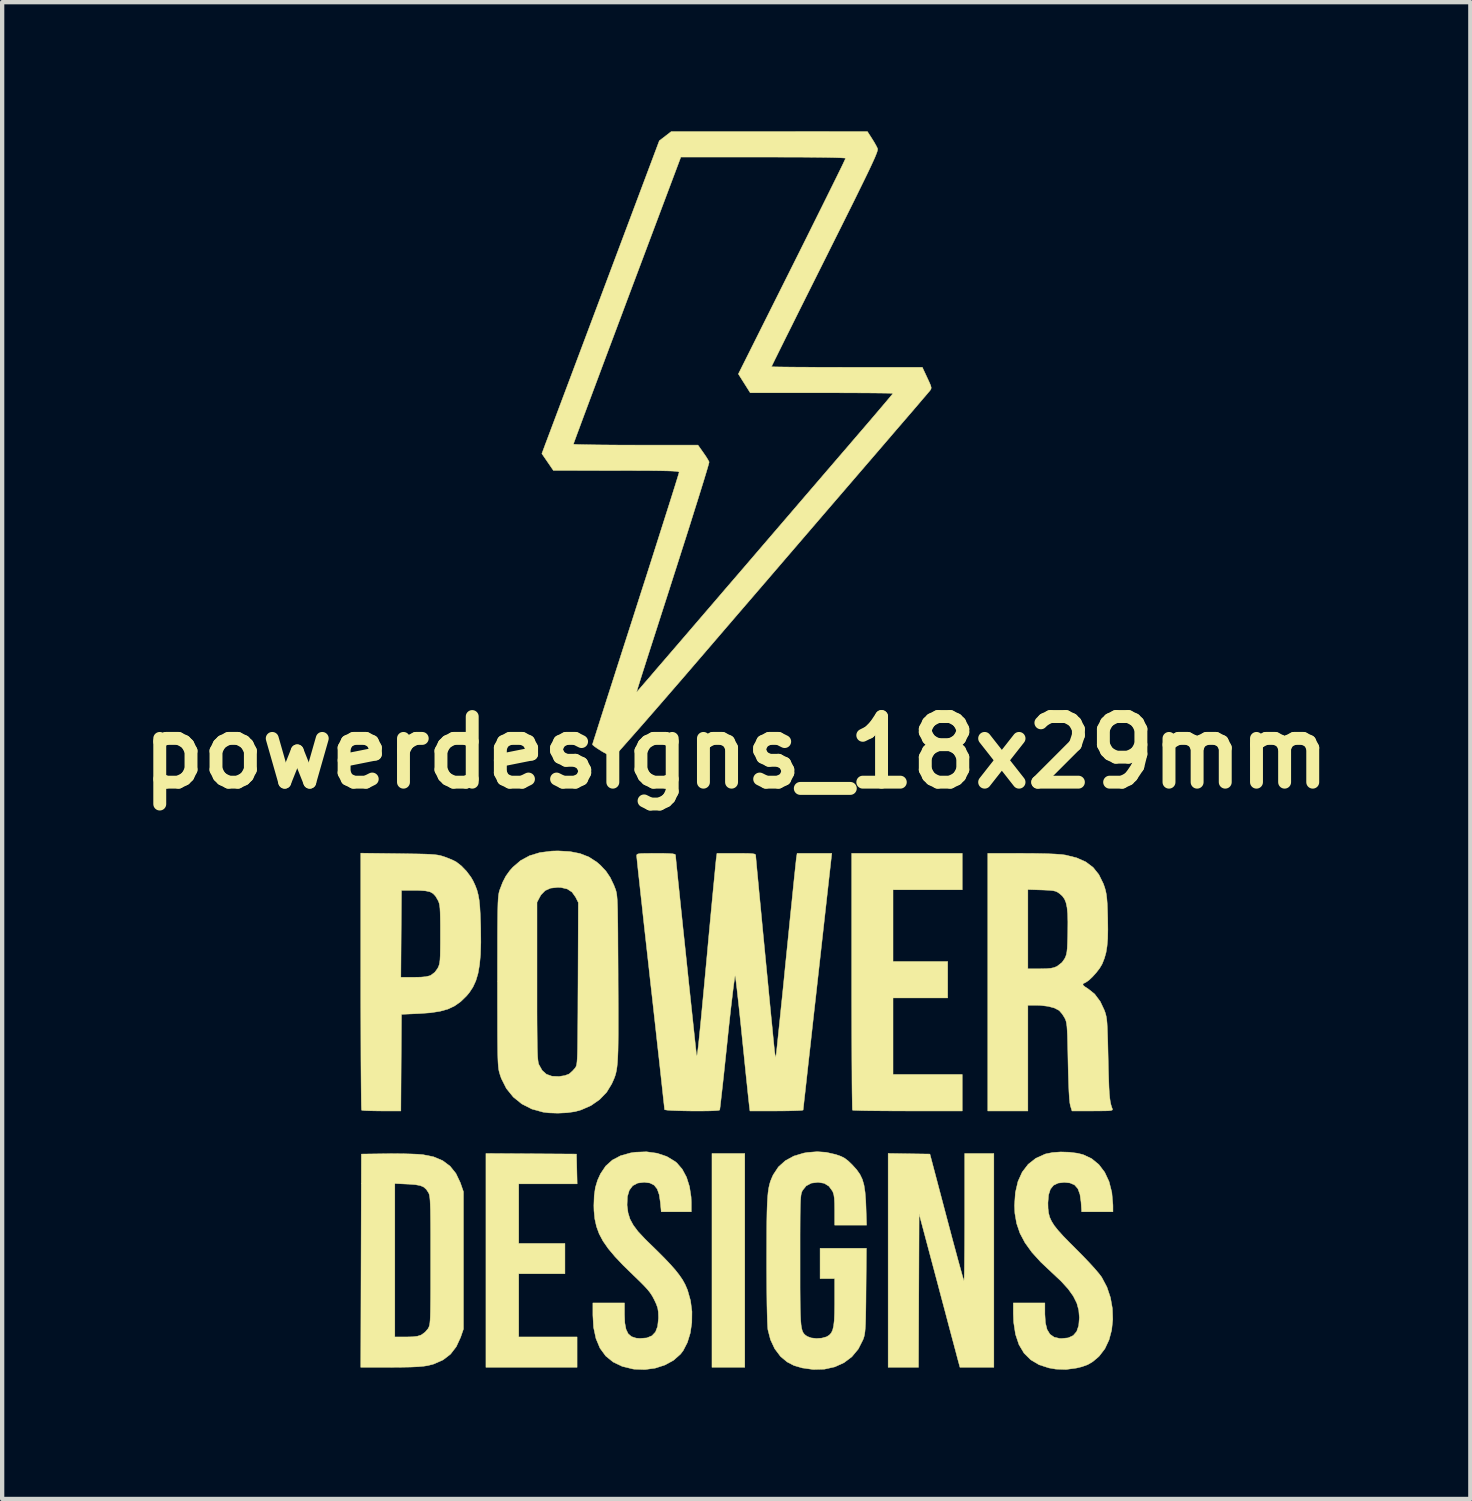
<source format=kicad_pcb>
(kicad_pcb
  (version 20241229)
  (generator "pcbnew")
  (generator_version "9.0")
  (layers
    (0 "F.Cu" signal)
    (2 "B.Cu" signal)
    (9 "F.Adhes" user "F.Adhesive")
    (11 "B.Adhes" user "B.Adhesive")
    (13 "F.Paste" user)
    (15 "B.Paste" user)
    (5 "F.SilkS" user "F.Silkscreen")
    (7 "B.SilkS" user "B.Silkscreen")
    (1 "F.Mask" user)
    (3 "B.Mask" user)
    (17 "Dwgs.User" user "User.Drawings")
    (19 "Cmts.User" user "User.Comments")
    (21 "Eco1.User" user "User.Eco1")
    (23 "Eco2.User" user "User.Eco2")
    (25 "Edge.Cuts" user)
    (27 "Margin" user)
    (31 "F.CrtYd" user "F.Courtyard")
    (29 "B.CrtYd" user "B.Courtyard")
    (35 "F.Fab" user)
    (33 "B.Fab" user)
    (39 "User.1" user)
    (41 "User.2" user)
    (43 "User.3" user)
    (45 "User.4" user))
  (footprint "powerdesigns_18x29mm"
    (layer "F.Cu")
    (at 14.05 14.427)
    (property "Reference" "powerdesigns_18x29mm" (at 0 0 0) (layer "F.SilkS") (effects (font (size 1.524 1.524) (thickness 0.3))))
    (attr through_hole)
    (fp_poly (pts (xy 0.198 14.28) (xy -0.564 14.28) (xy -0.564 9.313) (xy 0.198 9.313) (xy 0.198 14.28)) (stroke (width 0.01) (type solid)) (fill yes) (layer "F.SilkS"))
    (fp_poly (pts (xy -3.711 9.327) (xy -3.703 9.673) (xy -3.695 10.019) (xy -5.052 10.019) (xy -5.052 11.402) (xy -3.979 11.402) (xy -3.979 12.107) (xy -5.052 12.107) (xy -5.052 13.575) (xy -3.697 13.575) (xy -3.697 14.28) (xy -5.814 14.28) (xy -5.814 9.313) (xy -3.711 9.327)) (stroke (width 0.01) (type solid)) (fill yes) (layer "F.SilkS"))
    (fp_poly (pts (xy 5.249 3.189) (xy 3.641 3.189) (xy 3.641 4.854) (xy 4.911 4.854) (xy 4.911 5.701) (xy 3.641 5.701) (xy 3.641 7.479) (xy 5.249 7.479) (xy 5.249 8.326) (xy 3.984 8.326) (xy 3.722 8.325) (xy 3.478 8.324) (xy 3.256 8.322) (xy 3.064 8.32) (xy 2.907 8.317) (xy 2.79 8.313) (xy 2.719 8.31) (xy 2.7 8.307) (xy 2.697 8.277) (xy 2.695 8.194) (xy 2.693 8.062) (xy 2.69 7.884) (xy 2.688 7.666) (xy 2.687 7.409) (xy 2.685 7.118) (xy 2.684 6.796) (xy 2.683 6.448) (xy 2.682 6.077) (xy 2.681 5.687) (xy 2.681 5.315) (xy 2.681 2.342) (xy 5.249 2.342) (xy 5.249 3.189)) (stroke (width 0.01) (type solid)) (fill yes) (layer "F.SilkS"))
    (fp_poly (pts (xy 4.013 9.32) (xy 4.498 9.327) (xy 4.884 10.789) (xy 4.958 11.067) (xy 5.027 11.328) (xy 5.092 11.567) (xy 5.149 11.779) (xy 5.199 11.96) (xy 5.239 12.104) (xy 5.268 12.206) (xy 5.285 12.26) (xy 5.288 12.269) (xy 5.292 12.245) (xy 5.295 12.169) (xy 5.298 12.048) (xy 5.3 11.885) (xy 5.302 11.687) (xy 5.304 11.458) (xy 5.305 11.203) (xy 5.306 10.927) (xy 5.306 10.8) (xy 5.306 9.313) (xy 5.983 9.313) (xy 5.983 14.28) (xy 5.196 14.28) (xy 5.171 14.189) (xy 5.159 14.146) (xy 5.134 14.053) (xy 5.098 13.916) (xy 5.051 13.739) (xy 4.994 13.527) (xy 4.93 13.286) (xy 4.86 13.02) (xy 4.784 12.735) (xy 4.704 12.434) (xy 4.697 12.406) (xy 4.247 10.715) (xy 4.24 12.498) (xy 4.233 14.28) (xy 3.528 14.28) (xy 3.528 9.312) (xy 4.013 9.32)) (stroke (width 0.01) (type solid)) (fill yes) (layer "F.SilkS"))
    (fp_poly (pts (xy -7.724 9.32) (xy -7.545 9.325) (xy -7.396 9.331) (xy -7.288 9.34) (xy -7.281 9.34) (xy -7.029 9.391) (xy -6.818 9.48) (xy -6.647 9.608) (xy -6.511 9.777) (xy -6.41 9.989) (xy -6.402 10.011) (xy -6.336 10.202) (xy -6.336 13.391) (xy -6.402 13.583) (xy -6.502 13.8) (xy -6.637 13.975) (xy -6.81 14.108) (xy -7.022 14.202) (xy -7.161 14.239) (xy -7.258 14.254) (xy -7.39 14.266) (xy -7.562 14.274) (xy -7.779 14.278) (xy -8.036 14.28) (xy -8.721 14.28) (xy -8.719 13.575) (xy -7.93 13.575) (xy -7.669 13.575) (xy -7.517 13.571) (xy -7.407 13.558) (xy -7.327 13.533) (xy -7.311 13.525) (xy -7.23 13.466) (xy -7.161 13.387) (xy -7.155 13.377) (xy -7.143 13.354) (xy -7.132 13.328) (xy -7.123 13.294) (xy -7.116 13.248) (xy -7.11 13.184) (xy -7.106 13.099) (xy -7.103 12.987) (xy -7.101 12.843) (xy -7.099 12.663) (xy -7.098 12.441) (xy -7.098 12.174) (xy -7.098 11.856) (xy -7.098 11.797) (xy -7.098 11.468) (xy -7.098 11.19) (xy -7.099 10.96) (xy -7.101 10.772) (xy -7.103 10.621) (xy -7.107 10.502) (xy -7.111 10.412) (xy -7.117 10.345) (xy -7.124 10.296) (xy -7.132 10.261) (xy -7.142 10.235) (xy -7.148 10.224) (xy -7.198 10.148) (xy -7.258 10.094) (xy -7.338 10.059) (xy -7.452 10.038) (xy -7.608 10.026) (xy -7.636 10.025) (xy -7.93 10.011) (xy -7.93 13.575) (xy -8.719 13.575) (xy -8.714 11.804) (xy -8.707 9.327) (xy -8.114 9.319) (xy -7.918 9.318) (xy -7.724 9.32)) (stroke (width 0.01) (type solid)) (fill yes) (layer "F.SilkS"))
    (fp_poly (pts (xy -7.839 2.349) (xy -7.59 2.353) (xy -7.39 2.356) (xy -7.233 2.36) (xy -7.111 2.365) (xy -7.016 2.372) (xy -6.942 2.381) (xy -6.882 2.392) (xy -6.828 2.407) (xy -6.773 2.425) (xy -6.665 2.466) (xy -6.566 2.509) (xy -6.505 2.541) (xy -6.386 2.633) (xy -6.265 2.758) (xy -6.162 2.896) (xy -6.113 2.98) (xy -6.063 3.088) (xy -6.023 3.192) (xy -5.994 3.303) (xy -5.971 3.429) (xy -5.956 3.58) (xy -5.945 3.766) (xy -5.937 3.996) (xy -5.935 4.078) (xy -5.932 4.408) (xy -5.94 4.69) (xy -5.962 4.928) (xy -5.997 5.13) (xy -6.048 5.302) (xy -6.116 5.45) (xy -6.202 5.58) (xy -6.27 5.66) (xy -6.402 5.788) (xy -6.541 5.886) (xy -6.697 5.96) (xy -6.88 6.011) (xy -7.099 6.045) (xy -7.364 6.064) (xy -7.366 6.064) (xy -7.775 6.082) (xy -7.783 7.204) (xy -7.79 8.326) (xy -8.237 8.326) (xy -8.39 8.324) (xy -8.523 8.321) (xy -8.626 8.317) (xy -8.688 8.311) (xy -8.702 8.307) (xy -8.704 8.277) (xy -8.707 8.194) (xy -8.709 8.062) (xy -8.711 7.884) (xy -8.713 7.665) (xy -8.715 7.409) (xy -8.717 7.118) (xy -8.718 6.796) (xy -8.719 6.448) (xy -8.72 6.077) (xy -8.721 5.686) (xy -8.721 5.313) (xy -8.721 5.221) (xy -7.79 5.221) (xy -7.491 5.221) (xy -7.327 5.218) (xy -7.209 5.207) (xy -7.124 5.187) (xy -7.094 5.175) (xy -7.001 5.105) (xy -6.934 5.013) (xy -6.915 4.973) (xy -6.9 4.933) (xy -6.889 4.883) (xy -6.881 4.817) (xy -6.876 4.725) (xy -6.874 4.601) (xy -6.872 4.437) (xy -6.872 4.223) (xy -6.872 4.219) (xy -6.872 4.004) (xy -6.874 3.837) (xy -6.877 3.711) (xy -6.882 3.618) (xy -6.89 3.55) (xy -6.901 3.499) (xy -6.916 3.458) (xy -6.929 3.431) (xy -6.982 3.34) (xy -7.04 3.277) (xy -7.114 3.236) (xy -7.216 3.214) (xy -7.357 3.204) (xy -7.46 3.203) (xy -7.775 3.203) (xy -7.783 4.212) (xy -7.79 5.221) (xy -8.721 5.221) (xy -8.721 2.338) (xy -7.839 2.349)) (stroke (width 0.01) (type solid)) (fill yes) (layer "F.SilkS"))
    (fp_poly (pts (xy 7.736 9.284) (xy 7.926 9.308) (xy 8.055 9.34) (xy 8.254 9.433) (xy 8.422 9.571) (xy 8.558 9.75) (xy 8.659 9.967) (xy 8.723 10.219) (xy 8.748 10.501) (xy 8.749 10.534) (xy 8.749 10.668) (xy 8.023 10.668) (xy 8.008 10.441) (xy 7.983 10.263) (xy 7.935 10.132) (xy 7.859 10.045) (xy 7.751 9.998) (xy 7.62 9.984) (xy 7.476 10.001) (xy 7.369 10.052) (xy 7.296 10.143) (xy 7.254 10.276) (xy 7.239 10.457) (xy 7.239 10.469) (xy 7.242 10.59) (xy 7.254 10.695) (xy 7.279 10.791) (xy 7.322 10.886) (xy 7.385 10.987) (xy 7.475 11.1) (xy 7.594 11.232) (xy 7.748 11.39) (xy 7.887 11.529) (xy 8.05 11.693) (xy 8.198 11.848) (xy 8.324 11.986) (xy 8.422 12.101) (xy 8.487 12.186) (xy 8.49 12.192) (xy 8.609 12.416) (xy 8.691 12.66) (xy 8.736 12.913) (xy 8.745 13.167) (xy 8.719 13.414) (xy 8.658 13.644) (xy 8.562 13.848) (xy 8.432 14.018) (xy 8.404 14.045) (xy 8.282 14.147) (xy 8.165 14.217) (xy 8.03 14.266) (xy 7.907 14.296) (xy 7.66 14.33) (xy 7.423 14.322) (xy 7.264 14.295) (xy 7.032 14.22) (xy 6.839 14.105) (xy 6.683 13.95) (xy 6.566 13.753) (xy 6.486 13.514) (xy 6.443 13.234) (xy 6.435 13.032) (xy 6.435 12.785) (xy 7.168 12.785) (xy 7.168 13.046) (xy 7.181 13.248) (xy 7.219 13.402) (xy 7.286 13.512) (xy 7.383 13.58) (xy 7.513 13.61) (xy 7.553 13.611) (xy 7.709 13.596) (xy 7.826 13.542) (xy 7.907 13.448) (xy 7.954 13.31) (xy 7.969 13.128) (xy 7.969 13.126) (xy 7.955 12.954) (xy 7.91 12.79) (xy 7.829 12.628) (xy 7.71 12.461) (xy 7.548 12.283) (xy 7.34 12.087) (xy 7.33 12.078) (xy 7.073 11.836) (xy 6.866 11.608) (xy 6.706 11.386) (xy 6.589 11.165) (xy 6.512 10.939) (xy 6.471 10.702) (xy 6.463 10.519) (xy 6.483 10.223) (xy 6.543 9.964) (xy 6.642 9.745) (xy 6.78 9.565) (xy 6.956 9.426) (xy 7.17 9.329) (xy 7.189 9.323) (xy 7.347 9.291) (xy 7.536 9.278) (xy 7.736 9.284)) (stroke (width 0.01) (type solid)) (fill yes) (layer "F.SilkS"))
    (fp_poly (pts (xy -1.838 9.308) (xy -1.614 9.383) (xy -1.422 9.499) (xy -1.38 9.533) (xy -1.255 9.678) (xy -1.155 9.864) (xy -1.086 10.083) (xy -1.049 10.323) (xy -1.044 10.448) (xy -1.044 10.668) (xy -1.742 10.668) (xy -1.762 10.452) (xy -1.789 10.271) (xy -1.836 10.138) (xy -1.906 10.05) (xy -2.006 9.999) (xy -2.137 9.982) (xy -2.139 9.982) (xy -2.29 10.001) (xy -2.405 10.062) (xy -2.484 10.167) (xy -2.528 10.315) (xy -2.536 10.507) (xy -2.534 10.535) (xy -2.513 10.692) (xy -2.468 10.837) (xy -2.392 10.978) (xy -2.282 11.125) (xy -2.13 11.288) (xy -2.064 11.354) (xy -1.848 11.564) (xy -1.67 11.742) (xy -1.525 11.895) (xy -1.409 12.027) (xy -1.318 12.144) (xy -1.245 12.251) (xy -1.188 12.355) (xy -1.142 12.461) (xy -1.13 12.491) (xy -1.062 12.732) (xy -1.029 12.985) (xy -1.032 13.238) (xy -1.067 13.481) (xy -1.135 13.703) (xy -1.233 13.893) (xy -1.297 13.976) (xy -1.458 14.118) (xy -1.656 14.226) (xy -1.881 14.299) (xy -2.122 14.332) (xy -2.37 14.323) (xy -2.399 14.319) (xy -2.649 14.258) (xy -2.86 14.157) (xy -3.032 14.017) (xy -3.165 13.835) (xy -3.258 13.613) (xy -3.314 13.351) (xy -3.33 13.068) (xy -3.33 12.785) (xy -2.596 12.785) (xy -2.596 13.054) (xy -2.588 13.25) (xy -2.56 13.397) (xy -2.51 13.501) (xy -2.433 13.567) (xy -2.326 13.602) (xy -2.235 13.609) (xy -2.078 13.597) (xy -1.959 13.548) (xy -1.876 13.46) (xy -1.826 13.329) (xy -1.807 13.153) (xy -1.806 13.114) (xy -1.81 12.996) (xy -1.824 12.904) (xy -1.856 12.813) (xy -1.907 12.704) (xy -1.95 12.624) (xy -1.999 12.549) (xy -2.062 12.47) (xy -2.145 12.38) (xy -2.256 12.269) (xy -2.387 12.143) (xy -2.624 11.912) (xy -2.818 11.707) (xy -2.974 11.521) (xy -3.095 11.347) (xy -3.184 11.179) (xy -3.246 11.01) (xy -3.285 10.834) (xy -3.304 10.644) (xy -3.307 10.521) (xy -3.299 10.294) (xy -3.272 10.104) (xy -3.221 9.935) (xy -3.153 9.785) (xy -3.032 9.605) (xy -2.877 9.466) (xy -2.685 9.365) (xy -2.452 9.3) (xy -2.345 9.284) (xy -2.085 9.274) (xy -1.838 9.308)) (stroke (width 0.01) (type solid)) (fill yes) (layer "F.SilkS"))
    (fp_poly (pts (xy 2.086 9.286) (xy 2.298 9.334) (xy 2.328 9.343) (xy 2.436 9.381) (xy 2.52 9.425) (xy 2.602 9.488) (xy 2.694 9.577) (xy 2.795 9.688) (xy 2.872 9.797) (xy 2.928 9.913) (xy 2.967 10.048) (xy 2.992 10.213) (xy 3.008 10.417) (xy 3.013 10.548) (xy 3.027 10.978) (xy 2.286 10.978) (xy 2.286 10.633) (xy 2.284 10.472) (xy 2.278 10.356) (xy 2.266 10.273) (xy 2.246 10.211) (xy 2.237 10.19) (xy 2.153 10.074) (xy 2.044 10.006) (xy 1.901 9.983) (xy 1.901 9.983) (xy 1.744 10.002) (xy 1.624 10.066) (xy 1.538 10.173) (xy 1.535 10.18) (xy 1.523 10.206) (xy 1.513 10.237) (xy 1.505 10.276) (xy 1.499 10.33) (xy 1.493 10.403) (xy 1.489 10.499) (xy 1.486 10.624) (xy 1.484 10.781) (xy 1.483 10.977) (xy 1.482 11.215) (xy 1.482 11.501) (xy 1.482 11.797) (xy 1.482 12.144) (xy 1.482 12.439) (xy 1.484 12.686) (xy 1.486 12.891) (xy 1.491 13.058) (xy 1.497 13.191) (xy 1.506 13.294) (xy 1.519 13.373) (xy 1.534 13.432) (xy 1.554 13.475) (xy 1.578 13.507) (xy 1.606 13.533) (xy 1.64 13.556) (xy 1.65 13.563) (xy 1.741 13.597) (xy 1.861 13.61) (xy 1.986 13.602) (xy 2.094 13.572) (xy 2.107 13.566) (xy 2.163 13.53) (xy 2.207 13.481) (xy 2.239 13.414) (xy 2.261 13.32) (xy 2.276 13.194) (xy 2.283 13.026) (xy 2.286 12.811) (xy 2.286 12.756) (xy 2.286 12.22) (xy 1.947 12.22) (xy 1.947 11.515) (xy 3.023 11.515) (xy 3.014 12.495) (xy 3.012 12.758) (xy 3.009 12.971) (xy 3.006 13.141) (xy 3.002 13.273) (xy 2.996 13.376) (xy 2.989 13.454) (xy 2.98 13.515) (xy 2.969 13.566) (xy 2.954 13.612) (xy 2.943 13.641) (xy 2.834 13.856) (xy 2.685 14.035) (xy 2.502 14.173) (xy 2.288 14.27) (xy 2.048 14.323) (xy 1.788 14.33) (xy 1.535 14.295) (xy 1.34 14.238) (xy 1.181 14.155) (xy 1.039 14.037) (xy 1.024 14.022) (xy 0.893 13.848) (xy 0.795 13.638) (xy 0.735 13.406) (xy 0.729 13.334) (xy 0.723 13.211) (xy 0.718 13.04) (xy 0.713 12.825) (xy 0.71 12.572) (xy 0.708 12.285) (xy 0.706 11.967) (xy 0.706 11.783) (xy 0.707 11.432) (xy 0.708 11.132) (xy 0.71 10.878) (xy 0.714 10.665) (xy 0.72 10.488) (xy 0.728 10.343) (xy 0.739 10.222) (xy 0.753 10.123) (xy 0.771 10.039) (xy 0.792 9.965) (xy 0.819 9.897) (xy 0.849 9.828) (xy 0.862 9.803) (xy 0.979 9.626) (xy 1.14 9.481) (xy 1.338 9.373) (xy 1.569 9.304) (xy 1.651 9.29) (xy 1.879 9.272) (xy 2.086 9.286)) (stroke (width 0.01) (type solid)) (fill yes) (layer "F.SilkS"))
    (fp_poly (pts (xy 6.639 2.343) (xy 6.948 2.345) (xy 7.202 2.35) (xy 7.405 2.359) (xy 7.558 2.37) (xy 7.651 2.383) (xy 7.907 2.447) (xy 8.118 2.541) (xy 8.288 2.669) (xy 8.422 2.836) (xy 8.525 3.045) (xy 8.556 3.131) (xy 8.578 3.209) (xy 8.595 3.292) (xy 8.607 3.391) (xy 8.617 3.516) (xy 8.623 3.678) (xy 8.628 3.852) (xy 8.631 4.111) (xy 8.627 4.323) (xy 8.612 4.499) (xy 8.588 4.648) (xy 8.551 4.779) (xy 8.502 4.904) (xy 8.493 4.922) (xy 8.44 5.011) (xy 8.363 5.111) (xy 8.276 5.208) (xy 8.19 5.289) (xy 8.117 5.34) (xy 8.097 5.349) (xy 8.053 5.372) (xy 8.054 5.403) (xy 8.103 5.445) (xy 8.168 5.486) (xy 8.325 5.611) (xy 8.454 5.784) (xy 8.546 5.979) (xy 8.566 6.032) (xy 8.581 6.082) (xy 8.594 6.137) (xy 8.604 6.202) (xy 8.612 6.286) (xy 8.618 6.394) (xy 8.623 6.534) (xy 8.629 6.712) (xy 8.634 6.936) (xy 8.638 7.112) (xy 8.644 7.38) (xy 8.651 7.599) (xy 8.657 7.774) (xy 8.665 7.913) (xy 8.675 8.022) (xy 8.687 8.108) (xy 8.702 8.178) (xy 8.72 8.237) (xy 8.735 8.276) (xy 8.739 8.294) (xy 8.728 8.307) (xy 8.695 8.316) (xy 8.633 8.322) (xy 8.534 8.324) (xy 8.39 8.325) (xy 8.277 8.326) (xy 7.798 8.326) (xy 7.761 8.206) (xy 7.748 8.141) (xy 7.737 8.032) (xy 7.727 7.875) (xy 7.719 7.67) (xy 7.711 7.412) (xy 7.706 7.183) (xy 7.701 6.932) (xy 7.696 6.731) (xy 7.692 6.573) (xy 7.686 6.452) (xy 7.68 6.362) (xy 7.671 6.295) (xy 7.661 6.245) (xy 7.648 6.206) (xy 7.631 6.171) (xy 7.627 6.162) (xy 7.572 6.076) (xy 7.511 6.004) (xy 7.493 5.988) (xy 7.391 5.935) (xy 7.247 5.896) (xy 7.071 5.874) (xy 6.955 5.87) (xy 6.773 5.87) (xy 6.773 8.326) (xy 5.842 8.326) (xy 5.842 5.024) (xy 6.773 5.024) (xy 7.057 5.024) (xy 7.201 5.021) (xy 7.305 5.012) (xy 7.383 4.995) (xy 7.45 4.967) (xy 7.451 4.967) (xy 7.566 4.877) (xy 7.627 4.79) (xy 7.65 4.742) (xy 7.667 4.692) (xy 7.679 4.629) (xy 7.688 4.545) (xy 7.693 4.428) (xy 7.698 4.27) (xy 7.7 4.171) (xy 7.702 3.935) (xy 7.697 3.748) (xy 7.683 3.602) (xy 7.659 3.489) (xy 7.624 3.403) (xy 7.575 3.335) (xy 7.516 3.282) (xy 7.467 3.247) (xy 7.419 3.224) (xy 7.359 3.21) (xy 7.274 3.201) (xy 7.15 3.195) (xy 7.093 3.193) (xy 6.773 3.183) (xy 6.773 5.024) (xy 5.842 5.024) (xy 5.842 2.342) (xy 6.639 2.343)) (stroke (width 0.01) (type solid)) (fill yes) (layer "F.SilkS"))
    (fp_poly (pts (xy -3.864 2.301) (xy -3.629 2.347) (xy -3.424 2.427) (xy -3.242 2.544) (xy -3.155 2.619) (xy -3.028 2.754) (xy -2.928 2.902) (xy -2.841 3.084) (xy -2.816 3.149) (xy -2.803 3.182) (xy -2.793 3.215) (xy -2.784 3.252) (xy -2.776 3.297) (xy -2.77 3.355) (xy -2.764 3.429) (xy -2.76 3.525) (xy -2.756 3.645) (xy -2.754 3.796) (xy -2.751 3.98) (xy -2.749 4.202) (xy -2.748 4.466) (xy -2.746 4.777) (xy -2.744 5.139) (xy -2.744 5.258) (xy -2.742 5.652) (xy -2.741 5.993) (xy -2.741 6.287) (xy -2.741 6.537) (xy -2.743 6.749) (xy -2.746 6.926) (xy -2.752 7.073) (xy -2.759 7.195) (xy -2.769 7.295) (xy -2.781 7.378) (xy -2.796 7.449) (xy -2.814 7.511) (xy -2.836 7.57) (xy -2.862 7.63) (xy -2.891 7.695) (xy -2.892 7.697) (xy -3.011 7.892) (xy -3.175 8.062) (xy -3.375 8.201) (xy -3.603 8.301) (xy -3.746 8.341) (xy -3.932 8.367) (xy -4.144 8.377) (xy -4.353 8.37) (xy -4.487 8.353) (xy -4.748 8.281) (xy -4.98 8.163) (xy -5.178 8.003) (xy -5.339 7.804) (xy -5.457 7.57) (xy -5.483 7.494) (xy -5.495 7.454) (xy -5.506 7.416) (xy -5.515 7.375) (xy -5.522 7.325) (xy -5.528 7.264) (xy -5.533 7.186) (xy -5.537 7.088) (xy -5.54 6.965) (xy -5.542 6.813) (xy -5.544 6.628) (xy -5.545 6.405) (xy -5.545 6.139) (xy -5.546 5.828) (xy -5.546 5.466) (xy -5.546 5.32) (xy -5.546 4.937) (xy -5.545 4.606) (xy -5.545 4.323) (xy -5.544 4.083) (xy -5.542 3.884) (xy -5.54 3.72) (xy -5.537 3.587) (xy -5.534 3.481) (xy -5.533 3.48) (xy -4.628 3.48) (xy -4.628 5.311) (xy -4.628 5.684) (xy -4.628 6.005) (xy -4.627 6.278) (xy -4.625 6.507) (xy -4.623 6.695) (xy -4.621 6.849) (xy -4.617 6.97) (xy -4.613 7.064) (xy -4.607 7.135) (xy -4.6 7.187) (xy -4.593 7.223) (xy -4.585 7.246) (xy -4.508 7.384) (xy -4.409 7.473) (xy -4.28 7.519) (xy -4.115 7.525) (xy -4.109 7.524) (xy -3.981 7.504) (xy -3.887 7.469) (xy -3.871 7.458) (xy -3.801 7.395) (xy -3.741 7.327) (xy -3.73 7.31) (xy -3.72 7.291) (xy -3.711 7.265) (xy -3.704 7.227) (xy -3.698 7.175) (xy -3.693 7.103) (xy -3.689 7.007) (xy -3.686 6.883) (xy -3.684 6.728) (xy -3.682 6.537) (xy -3.68 6.305) (xy -3.678 6.029) (xy -3.677 5.705) (xy -3.675 5.367) (xy -3.668 3.485) (xy -3.732 3.358) (xy -3.814 3.243) (xy -3.925 3.17) (xy -4.071 3.136) (xy -4.149 3.133) (xy -4.313 3.151) (xy -4.439 3.208) (xy -4.534 3.306) (xy -4.563 3.356) (xy -4.628 3.48) (xy -5.533 3.48) (xy -5.529 3.398) (xy -5.523 3.333) (xy -5.516 3.283) (xy -5.508 3.243) (xy -5.499 3.209) (xy -5.492 3.189) (xy -5.424 3.012) (xy -5.351 2.871) (xy -5.26 2.745) (xy -5.189 2.665) (xy -5.01 2.511) (xy -4.802 2.398) (xy -4.561 2.325) (xy -4.283 2.29) (xy -4.14 2.286) (xy -3.864 2.301)) (stroke (width 0.01) (type solid)) (fill yes) (layer "F.SilkS"))
    (fp_poly (pts (xy 0.172 2.343) (xy 0.293 2.345) (xy 0.374 2.35) (xy 0.422 2.358) (xy 0.445 2.37) (xy 0.452 2.387) (xy 0.452 2.389) (xy 0.454 2.424) (xy 0.462 2.51) (xy 0.474 2.642) (xy 0.49 2.815) (xy 0.51 3.023) (xy 0.532 3.261) (xy 0.558 3.525) (xy 0.585 3.808) (xy 0.613 4.106) (xy 0.643 4.413) (xy 0.673 4.725) (xy 0.703 5.036) (xy 0.733 5.341) (xy 0.761 5.635) (xy 0.788 5.912) (xy 0.813 6.168) (xy 0.836 6.396) (xy 0.855 6.593) (xy 0.871 6.753) (xy 0.883 6.87) (xy 0.89 6.94) (xy 0.892 6.952) (xy 0.903 7.028) (xy 0.914 7.072) (xy 0.919 7.077) (xy 0.923 7.048) (xy 0.933 6.968) (xy 0.947 6.839) (xy 0.965 6.667) (xy 0.987 6.455) (xy 1.013 6.208) (xy 1.041 5.931) (xy 1.073 5.626) (xy 1.106 5.299) (xy 1.14 4.954) (xy 1.156 4.797) (xy 1.192 4.442) (xy 1.226 4.103) (xy 1.258 3.782) (xy 1.289 3.485) (xy 1.316 3.216) (xy 1.34 2.979) (xy 1.361 2.78) (xy 1.378 2.621) (xy 1.39 2.508) (xy 1.397 2.444) (xy 1.399 2.434) (xy 1.414 2.342) (xy 2.219 2.342) (xy 1.887 5.313) (xy 1.842 5.716) (xy 1.798 6.104) (xy 1.757 6.473) (xy 1.719 6.818) (xy 1.683 7.136) (xy 1.651 7.424) (xy 1.623 7.678) (xy 1.599 7.894) (xy 1.579 8.068) (xy 1.565 8.197) (xy 1.556 8.277) (xy 1.553 8.304) (xy 1.526 8.311) (xy 1.451 8.316) (xy 1.335 8.32) (xy 1.187 8.324) (xy 1.015 8.325) (xy 0.935 8.326) (xy 0.318 8.326) (xy 0.303 8.206) (xy 0.297 8.154) (xy 0.286 8.053) (xy 0.27 7.907) (xy 0.251 7.723) (xy 0.228 7.506) (xy 0.203 7.262) (xy 0.176 6.997) (xy 0.147 6.718) (xy 0.141 6.66) (xy 0.113 6.381) (xy 0.085 6.118) (xy 0.059 5.877) (xy 0.035 5.663) (xy 0.015 5.481) (xy -0.002 5.338) (xy -0.015 5.238) (xy -0.023 5.188) (xy -0.024 5.183) (xy -0.031 5.201) (xy -0.042 5.27) (xy -0.058 5.385) (xy -0.078 5.542) (xy -0.101 5.736) (xy -0.128 5.963) (xy -0.156 6.216) (xy -0.186 6.492) (xy -0.208 6.707) (xy -0.239 7) (xy -0.268 7.275) (xy -0.295 7.529) (xy -0.32 7.755) (xy -0.342 7.95) (xy -0.36 8.107) (xy -0.373 8.221) (xy -0.382 8.288) (xy -0.385 8.304) (xy -0.417 8.313) (xy -0.495 8.319) (xy -0.609 8.324) (xy -0.749 8.326) (xy -0.906 8.327) (xy -1.07 8.326) (xy -1.231 8.323) (xy -1.38 8.319) (xy -1.507 8.314) (xy -1.603 8.307) (xy -1.657 8.298) (xy -1.665 8.293) (xy -1.668 8.261) (xy -1.677 8.177) (xy -1.692 8.044) (xy -1.711 7.866) (xy -1.735 7.647) (xy -1.763 7.391) (xy -1.795 7.101) (xy -1.831 6.781) (xy -1.869 6.435) (xy -1.91 6.067) (xy -1.953 5.68) (xy -1.99 5.356) (xy -2.034 4.956) (xy -2.077 4.572) (xy -2.118 4.206) (xy -2.156 3.864) (xy -2.19 3.547) (xy -2.222 3.262) (xy -2.249 3.01) (xy -2.273 2.796) (xy -2.291 2.624) (xy -2.304 2.498) (xy -2.312 2.421) (xy -2.314 2.397) (xy -2.311 2.377) (xy -2.297 2.362) (xy -2.263 2.352) (xy -2.201 2.346) (xy -2.104 2.344) (xy -1.963 2.343) (xy -1.863 2.342) (xy -1.686 2.343) (xy -1.559 2.347) (xy -1.476 2.353) (xy -1.429 2.363) (xy -1.412 2.376) (xy -1.411 2.379) (xy -1.408 2.414) (xy -1.4 2.499) (xy -1.387 2.631) (xy -1.369 2.803) (xy -1.348 3.011) (xy -1.323 3.249) (xy -1.296 3.512) (xy -1.266 3.796) (xy -1.235 4.095) (xy -1.202 4.404) (xy -1.169 4.718) (xy -1.136 5.032) (xy -1.104 5.34) (xy -1.072 5.638) (xy -1.042 5.92) (xy -1.014 6.181) (xy -0.989 6.417) (xy -0.967 6.621) (xy -0.949 6.79) (xy -0.935 6.917) (xy -0.926 6.998) (xy -0.922 7.027) (xy -0.918 7.038) (xy -0.913 7.034) (xy -0.907 7.013) (xy -0.9 6.971) (xy -0.891 6.904) (xy -0.88 6.81) (xy -0.867 6.686) (xy -0.851 6.527) (xy -0.831 6.332) (xy -0.808 6.096) (xy -0.782 5.817) (xy -0.751 5.492) (xy -0.716 5.116) (xy -0.677 4.699) (xy -0.646 4.356) (xy -0.615 4.027) (xy -0.586 3.717) (xy -0.559 3.43) (xy -0.534 3.171) (xy -0.512 2.945) (xy -0.494 2.757) (xy -0.48 2.611) (xy -0.47 2.511) (xy -0.465 2.463) (xy -0.464 2.462) (xy -0.448 2.342) (xy 0.002 2.342) (xy 0.172 2.343)) (stroke (width 0.01) (type solid)) (fill yes) (layer "F.SilkS"))
    (fp_poly (pts (xy 3.151 -14.259) (xy 3.209 -14.165) (xy 3.257 -14.079) (xy 3.282 -14.026) (xy 3.284 -14.01) (xy 3.28 -13.984) (xy 3.269 -13.945) (xy 3.248 -13.89) (xy 3.218 -13.816) (xy 3.175 -13.721) (xy 3.12 -13.602) (xy 3.05 -13.455) (xy 2.964 -13.278) (xy 2.861 -13.068) (xy 2.74 -12.821) (xy 2.598 -12.536) (xy 2.435 -12.208) (xy 2.249 -11.836) (xy 2.064 -11.465) (xy 1.889 -11.115) (xy 1.721 -10.779) (xy 1.562 -10.461) (xy 1.414 -10.164) (xy 1.279 -9.892) (xy 1.157 -9.648) (xy 1.052 -9.436) (xy 0.964 -9.258) (xy 0.895 -9.119) (xy 0.847 -9.021) (xy 0.822 -8.969) (xy 0.818 -8.961) (xy 0.846 -8.958) (xy 0.925 -8.956) (xy 1.051 -8.954) (xy 1.219 -8.952) (xy 1.424 -8.95) (xy 1.662 -8.949) (xy 1.927 -8.947) (xy 2.215 -8.947) (xy 2.522 -8.946) (xy 2.57 -8.946) (xy 4.322 -8.946) (xy 4.434 -8.706) (xy 4.486 -8.593) (xy 4.517 -8.52) (xy 4.528 -8.472) (xy 4.522 -8.439) (xy 4.501 -8.408) (xy 4.496 -8.401) (xy 4.47 -8.371) (xy 4.41 -8.3) (xy 4.319 -8.194) (xy 4.2 -8.054) (xy 4.055 -7.885) (xy 3.887 -7.69) (xy 3.699 -7.472) (xy 3.495 -7.234) (xy 3.276 -6.979) (xy 3.046 -6.712) (xy 2.916 -6.561) (xy 2.676 -6.282) (xy 2.405 -5.967) (xy 2.107 -5.621) (xy 1.788 -5.25) (xy 1.454 -4.861) (xy 1.108 -4.459) (xy 0.757 -4.05) (xy 0.405 -3.641) (xy 0.058 -3.238) (xy -0.279 -2.846) (xy -0.6 -2.472) (xy -0.711 -2.343) (xy -0.986 -2.023) (xy -1.251 -1.715) (xy -1.504 -1.423) (xy -1.743 -1.147) (xy -1.965 -0.892) (xy -2.167 -0.66) (xy -2.348 -0.454) (xy -2.505 -0.276) (xy -2.636 -0.128) (xy -2.737 -0.015) (xy -2.808 0.062) (xy -2.846 0.1) (xy -2.851 0.103) (xy -2.892 0.092) (xy -2.968 0.057) (xy -3.066 0.004) (xy -3.119 -0.026) (xy -3.216 -0.087) (xy -3.292 -0.14) (xy -3.334 -0.176) (xy -3.34 -0.186) (xy -3.331 -0.216) (xy -3.306 -0.296) (xy -3.265 -0.423) (xy -3.211 -0.594) (xy -3.144 -0.805) (xy -3.065 -1.052) (xy -2.975 -1.334) (xy -2.875 -1.645) (xy -2.767 -1.983) (xy -2.651 -2.345) (xy -2.528 -2.727) (xy -2.4 -3.125) (xy -2.331 -3.341) (xy -2.201 -3.747) (xy -2.075 -4.138) (xy -1.956 -4.511) (xy -1.844 -4.863) (xy -1.74 -5.19) (xy -1.645 -5.489) (xy -1.56 -5.756) (xy -1.487 -5.988) (xy -1.426 -6.182) (xy -1.379 -6.334) (xy -1.346 -6.441) (xy -1.329 -6.499) (xy -1.326 -6.509) (xy -1.334 -6.517) (xy -1.359 -6.525) (xy -1.407 -6.531) (xy -1.481 -6.536) (xy -1.585 -6.54) (xy -1.723 -6.543) (xy -1.901 -6.546) (xy -2.121 -6.547) (xy -2.389 -6.548) (xy -2.708 -6.549) (xy -2.787 -6.549) (xy -4.247 -6.55) (xy -4.515 -6.941) (xy -4.433 -7.161) (xy -3.782 -7.161) (xy -3.755 -7.157) (xy -3.676 -7.153) (xy -3.552 -7.15) (xy -3.387 -7.147) (xy -3.186 -7.144) (xy -2.956 -7.142) (xy -2.701 -7.14) (xy -2.426 -7.14) (xy -2.335 -7.139) (xy -0.889 -7.139) (xy -0.765 -6.964) (xy -0.703 -6.874) (xy -0.656 -6.798) (xy -0.631 -6.75) (xy -0.63 -6.746) (xy -0.637 -6.714) (xy -0.66 -6.631) (xy -0.698 -6.503) (xy -0.75 -6.331) (xy -0.815 -6.121) (xy -0.891 -5.877) (xy -0.978 -5.601) (xy -1.073 -5.297) (xy -1.177 -4.97) (xy -1.288 -4.623) (xy -1.404 -4.259) (xy -1.449 -4.12) (xy -1.591 -3.675) (xy -1.718 -3.281) (xy -1.829 -2.934) (xy -1.926 -2.633) (xy -2.01 -2.372) (xy -2.081 -2.151) (xy -2.14 -1.965) (xy -2.189 -1.812) (xy -2.228 -1.689) (xy -2.258 -1.592) (xy -2.281 -1.519) (xy -2.297 -1.466) (xy -2.307 -1.431) (xy -2.311 -1.411) (xy -2.312 -1.403) (xy -2.31 -1.403) (xy -2.306 -1.408) (xy -2.3 -1.416) (xy -2.294 -1.424) (xy -2.293 -1.425) (xy -2.271 -1.45) (xy -2.215 -1.515) (xy -2.127 -1.617) (xy -2.009 -1.753) (xy -1.865 -1.922) (xy -1.695 -2.119) (xy -1.503 -2.342) (xy -1.291 -2.588) (xy -1.062 -2.855) (xy -0.818 -3.139) (xy -0.56 -3.439) (xy -0.293 -3.75) (xy -0.266 -3.782) (xy 0.027 -4.122) (xy 0.326 -4.47) (xy 0.627 -4.821) (xy 0.926 -5.169) (xy 1.219 -5.51) (xy 1.502 -5.84) (xy 1.771 -6.153) (xy 2.021 -6.444) (xy 2.249 -6.709) (xy 2.45 -6.943) (xy 2.621 -7.141) (xy 2.687 -7.219) (xy 2.871 -7.433) (xy 3.043 -7.633) (xy 3.2 -7.817) (xy 3.338 -7.979) (xy 3.455 -8.117) (xy 3.546 -8.225) (xy 3.608 -8.299) (xy 3.638 -8.337) (xy 3.641 -8.341) (xy 3.613 -8.343) (xy 3.534 -8.345) (xy 3.409 -8.347) (xy 3.242 -8.349) (xy 3.038 -8.351) (xy 2.802 -8.352) (xy 2.54 -8.353) (xy 2.255 -8.354) (xy 1.983 -8.354) (xy 0.325 -8.354) (xy 0.049 -8.791) (xy 1.295 -11.282) (xy 1.47 -11.632) (xy 1.638 -11.969) (xy 1.796 -12.288) (xy 1.944 -12.585) (xy 2.08 -12.859) (xy 2.201 -13.104) (xy 2.307 -13.318) (xy 2.395 -13.497) (xy 2.464 -13.638) (xy 2.511 -13.738) (xy 2.536 -13.792) (xy 2.54 -13.801) (xy 2.512 -13.807) (xy 2.428 -13.812) (xy 2.289 -13.817) (xy 2.095 -13.821) (xy 1.848 -13.824) (xy 1.547 -13.827) (xy 1.194 -13.828) (xy 0.788 -13.829) (xy 0.627 -13.829) (xy -1.287 -13.829) (xy -2.535 -10.506) (xy -2.69 -10.091) (xy -2.84 -9.691) (xy -2.984 -9.308) (xy -3.119 -8.947) (xy -3.245 -8.609) (xy -3.361 -8.299) (xy -3.465 -8.02) (xy -3.557 -7.774) (xy -3.634 -7.565) (xy -3.697 -7.396) (xy -3.743 -7.271) (xy -3.772 -7.191) (xy -3.782 -7.161) (xy -3.782 -7.161) (xy -4.433 -7.161) (xy -3.151 -10.574) (xy -1.787 -14.208) (xy -1.51 -14.421) (xy 0.768 -14.421) (xy 3.046 -14.422) (xy 3.151 -14.259)) (stroke (width 0.01) (type solid)) (fill yes) (layer "F.SilkS")))
  (gr_rect
    (start -3 -3)
    (end 31.1 31.764)
    (stroke (width 0.1) (type default))
    (fill no)
    (layer "Edge.Cuts")))
</source>
